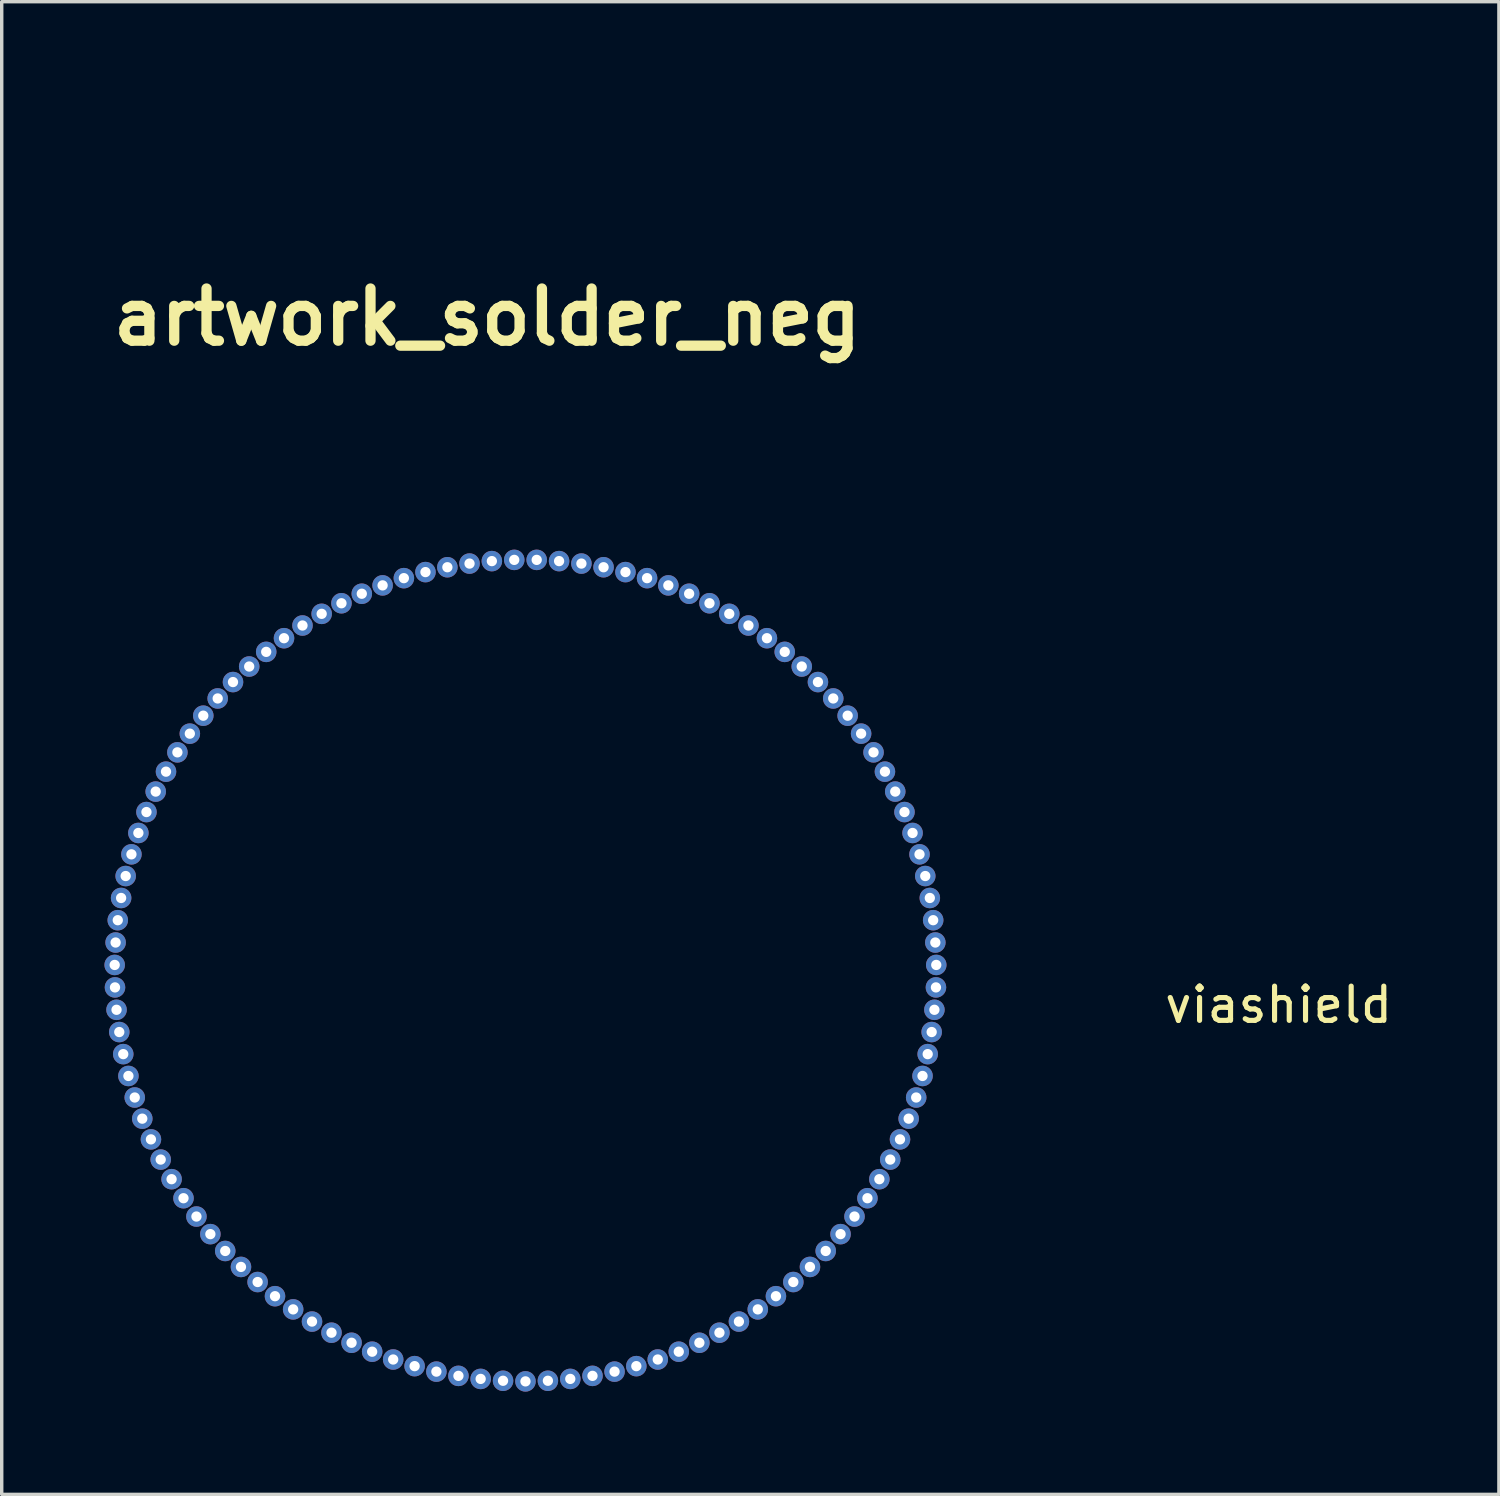
<source format=kicad_pcb>
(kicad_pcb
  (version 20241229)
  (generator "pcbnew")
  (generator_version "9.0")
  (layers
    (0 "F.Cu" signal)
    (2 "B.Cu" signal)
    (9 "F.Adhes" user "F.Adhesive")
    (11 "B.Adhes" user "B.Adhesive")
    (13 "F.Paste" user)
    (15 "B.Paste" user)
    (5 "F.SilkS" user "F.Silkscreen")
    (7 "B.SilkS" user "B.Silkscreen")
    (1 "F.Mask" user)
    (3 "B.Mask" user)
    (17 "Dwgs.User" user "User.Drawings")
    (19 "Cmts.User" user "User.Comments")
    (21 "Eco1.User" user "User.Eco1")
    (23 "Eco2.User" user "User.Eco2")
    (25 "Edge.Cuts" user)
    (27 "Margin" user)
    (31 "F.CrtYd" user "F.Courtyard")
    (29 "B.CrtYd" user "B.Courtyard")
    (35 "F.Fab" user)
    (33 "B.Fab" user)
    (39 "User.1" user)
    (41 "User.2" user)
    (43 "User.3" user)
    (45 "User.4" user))
  (footprint "artwork_solder_neg"
    (layer "F.Cu")
    (at 11.183 6.212)
    (property "Reference" "artwork_solder_neg" (at 0 0 0) (layer "F.SilkS") (effects (font (size 1.524 1.524) (thickness 0.3))))
    (attr through_hole)
    (fp_poly (pts (xy 5.863 -5.173) (xy 4.081 -3.925) (xy 3.835 -3.753) (xy 3.599 -3.588) (xy 3.375 -3.432) (xy 3.165 -3.285) (xy 2.971 -3.151) (xy 2.797 -3.03) (xy 2.644 -2.923) (xy 2.514 -2.834) (xy 2.41 -2.763) (xy 2.334 -2.711) (xy 2.289 -2.681) (xy 2.277 -2.674) (xy 2.253 -2.684) (xy 2.201 -2.716) (xy 2.126 -2.765) (xy 2.033 -2.828) (xy 1.929 -2.901) (xy 1.916 -2.91) (xy 1.812 -2.985) (xy 1.72 -3.052) (xy 1.645 -3.108) (xy 1.594 -3.148) (xy 1.572 -3.169) (xy 1.572 -3.17) (xy 1.588 -3.184) (xy 1.636 -3.222) (xy 1.716 -3.28) (xy 1.823 -3.358) (xy 1.957 -3.455) (xy 2.115 -3.568) (xy 2.295 -3.696) (xy 2.495 -3.838) (xy 2.713 -3.992) (xy 2.946 -4.156) (xy 3.193 -4.33) (xy 3.452 -4.512) (xy 3.645 -4.647) (xy 3.912 -4.834) (xy 4.17 -5.015) (xy 4.418 -5.188) (xy 4.652 -5.352) (xy 4.87 -5.506) (xy 5.071 -5.646) (xy 5.252 -5.773) (xy 5.411 -5.885) (xy 5.545 -5.979) (xy 5.653 -6.055) (xy 5.732 -6.111) (xy 5.78 -6.145) (xy 5.794 -6.155) (xy 5.863 -6.207) (xy 5.863 -5.173)) (stroke (width 0.01) (type solid)) (fill yes) (layer "F.Mask"))
    (fp_poly (pts (xy -5.129 -6.165) (xy -5.077 -6.129) (xy -4.992 -6.07) (xy -4.877 -5.99) (xy -4.732 -5.888) (xy -4.558 -5.767) (xy -4.356 -5.626) (xy -4.128 -5.467) (xy -3.875 -5.29) (xy -3.598 -5.096) (xy -3.298 -4.886) (xy -2.976 -4.661) (xy -2.634 -4.422) (xy -2.273 -4.17) (xy -1.894 -3.904) (xy -1.498 -3.627) (xy -1.086 -3.339) (xy -0.66 -3.04) (xy -0.22 -2.733) (xy 0.232 -2.416) (xy 0.695 -2.092) (xy 1.167 -1.762) (xy 1.552 -1.492) (xy 8.232 3.186) (xy 7.932 3.487) (xy 7.84 3.579) (xy 7.758 3.659) (xy 7.692 3.723) (xy 7.645 3.767) (xy 7.622 3.787) (xy 7.62 3.787) (xy 7.602 3.775) (xy 7.551 3.739) (xy 7.467 3.681) (xy 7.353 3.601) (xy 7.208 3.5) (xy 7.035 3.379) (xy 6.835 3.239) (xy 6.608 3.081) (xy 6.356 2.905) (xy 6.081 2.712) (xy 5.783 2.504) (xy 5.464 2.28) (xy 5.124 2.043) (xy 4.766 1.792) (xy 4.39 1.528) (xy 3.998 1.254) (xy 3.59 0.968) (xy 3.168 0.673) (xy 2.734 0.368) (xy 2.287 0.055) (xy 1.831 -0.265) (xy 1.365 -0.591) (xy 1.228 -0.687) (xy -5.154 -5.159) (xy -5.16 -5.672) (xy -5.161 -5.814) (xy -5.16 -5.94) (xy -5.158 -6.045) (xy -5.155 -6.123) (xy -5.151 -6.168) (xy -5.147 -6.177) (xy -5.129 -6.165)) (stroke (width 0.01) (type solid)) (fill yes) (layer "F.Mask"))
    (fp_poly (pts (xy -0.514 -1.712) (xy -0.464 -1.685) (xy -0.392 -1.641) (xy -0.305 -1.585) (xy -0.21 -1.522) (xy -0.113 -1.455) (xy -0.019 -1.388) (xy 0.064 -1.327) (xy 0.132 -1.275) (xy 0.176 -1.236) (xy 0.191 -1.216) (xy 0.191 -1.215) (xy 0.173 -1.201) (xy 0.122 -1.163) (xy 0.041 -1.105) (xy -0.067 -1.028) (xy -0.201 -0.933) (xy -0.358 -0.821) (xy -0.535 -0.696) (xy -0.731 -0.557) (xy -0.943 -0.408) (xy -1.169 -0.249) (xy -1.406 -0.083) (xy -1.566 0.029) (xy -2.12 0.418) (xy -2.646 0.787) (xy -3.142 1.135) (xy -3.61 1.463) (xy -4.048 1.77) (xy -4.456 2.056) (xy -4.833 2.321) (xy -5.18 2.564) (xy -5.496 2.785) (xy -5.781 2.985) (xy -6.033 3.162) (xy -6.254 3.316) (xy -6.442 3.448) (xy -6.597 3.556) (xy -6.719 3.641) (xy -6.807 3.702) (xy -6.861 3.74) (xy -6.88 3.753) (xy -6.934 3.788) (xy -7.236 3.485) (xy -7.538 3.183) (xy -4.049 0.741) (xy -3.704 0.499) (xy -3.367 0.264) (xy -3.042 0.036) (xy -2.729 -0.183) (xy -2.43 -0.393) (xy -2.146 -0.591) (xy -1.88 -0.777) (xy -1.633 -0.95) (xy -1.407 -1.108) (xy -1.203 -1.251) (xy -1.024 -1.377) (xy -0.869 -1.485) (xy -0.743 -1.574) (xy -0.645 -1.643) (xy -0.577 -1.69) (xy -0.542 -1.715) (xy -0.538 -1.718) (xy -0.514 -1.712)) (stroke (width 0.01) (type solid)) (fill yes) (layer "F.Mask")))
  (footprint "viashield"
    (layer "F.Cu")
    (at 12.299 25.3)
    (property "Reference" "viashield" (at 22 1 0) (layer "F.SilkS") (effects (font (size 1 1) (thickness 0.15))))
    (attr through_hole)
    (pad "1" thru_hole circle (at -11.999 -0.164) (size 0.6 0.6) (drill 0.3) (layers "*.Cu" "B.Mask"))
    (pad "1" thru_hole circle (at -11.99 0.492) (size 0.6 0.6) (drill 0.3) (layers "*.Cu" "B.Mask"))
    (pad "1" thru_hole circle (at -11.972 -0.819) (size 0.6 0.6) (drill 0.3) (layers "*.Cu" "B.Mask"))
    (pad "1" thru_hole circle (at -11.945 1.146) (size 0.6 0.6) (drill 0.3) (layers "*.Cu" "B.Mask"))
    (pad "1" thru_hole circle (at -11.909 -1.471) (size 0.6 0.6) (drill 0.3) (layers "*.Cu" "B.Mask"))
    (pad "1" thru_hole circle (at -11.865 1.796) (size 0.6 0.6) (drill 0.3) (layers "*.Cu" "B.Mask"))
    (pad "1" thru_hole circle (at -11.811 -2.12) (size 0.6 0.6) (drill 0.3) (layers "*.Cu" "B.Mask"))
    (pad "1" thru_hole circle (at -11.749 2.441) (size 0.6 0.6) (drill 0.3) (layers "*.Cu" "B.Mask"))
    (pad "1" thru_hole circle (at -11.678 -2.761) (size 0.6 0.6) (drill 0.3) (layers "*.Cu" "B.Mask"))
    (pad "1" thru_hole circle (at -11.598 3.079) (size 0.6 0.6) (drill 0.3) (layers "*.Cu" "B.Mask"))
    (pad "1" thru_hole circle (at -11.51 -3.395) (size 0.6 0.6) (drill 0.3) (layers "*.Cu" "B.Mask"))
    (pad "1" thru_hole circle (at -11.413 3.708) (size 0.6 0.6) (drill 0.3) (layers "*.Cu" "B.Mask"))
    (pad "1" thru_hole circle (at -11.307 -4.019) (size 0.6 0.6) (drill 0.3) (layers "*.Cu" "B.Mask"))
    (pad "1" thru_hole circle (at -11.193 4.326) (size 0.6 0.6) (drill 0.3) (layers "*.Cu" "B.Mask"))
    (pad "1" thru_hole circle (at -11.071 -4.63) (size 0.6 0.6) (drill 0.3) (layers "*.Cu" "B.Mask"))
    (pad "1" thru_hole circle (at -10.94 4.931) (size 0.6 0.6) (drill 0.3) (layers "*.Cu" "B.Mask"))
    (pad "1" thru_hole circle (at -10.801 -5.228) (size 0.6 0.6) (drill 0.3) (layers "*.Cu" "B.Mask"))
    (pad "1" thru_hole circle (at -10.655 5.521) (size 0.6 0.6) (drill 0.3) (layers "*.Cu" "B.Mask"))
    (pad "1" thru_hole circle (at -10.5 -5.81) (size 0.6 0.6) (drill 0.3) (layers "*.Cu" "B.Mask"))
    (pad "1" thru_hole circle (at -10.337 6.094) (size 0.6 0.6) (drill 0.3) (layers "*.Cu" "B.Mask"))
    (pad "1" thru_hole circle (at -10.167 -6.374) (size 0.6 0.6) (drill 0.3) (layers "*.Cu" "B.Mask"))
    (pad "1" thru_hole circle (at -9.989 6.65) (size 0.6 0.6) (drill 0.3) (layers "*.Cu" "B.Mask"))
    (pad "1" thru_hole circle (at -9.804 -6.92) (size 0.6 0.6) (drill 0.3) (layers "*.Cu" "B.Mask"))
    (pad "1" thru_hole circle (at -9.611 7.185) (size 0.6 0.6) (drill 0.3) (layers "*.Cu" "B.Mask"))
    (pad "1" thru_hole circle (at -9.411 -7.445) (size 0.6 0.6) (drill 0.3) (layers "*.Cu" "B.Mask"))
    (pad "1" thru_hole circle (at -9.204 7.699) (size 0.6 0.6) (drill 0.3) (layers "*.Cu" "B.Mask"))
    (pad "1" thru_hole circle (at -8.99 -7.948) (size 0.6 0.6) (drill 0.3) (layers "*.Cu" "B.Mask"))
    (pad "1" thru_hole circle (at -8.77 8.191) (size 0.6 0.6) (drill 0.3) (layers "*.Cu" "B.Mask"))
    (pad "1" thru_hole circle (at -8.543 -8.427) (size 0.6 0.6) (drill 0.3) (layers "*.Cu" "B.Mask"))
    (pad "1" thru_hole circle (at -8.31 8.657) (size 0.6 0.6) (drill 0.3) (layers "*.Cu" "B.Mask"))
    (pad "1" thru_hole circle (at -8.07 -8.881) (size 0.6 0.6) (drill 0.3) (layers "*.Cu" "B.Mask"))
    (pad "1" thru_hole circle (at -7.824 9.098) (size 0.6 0.6) (drill 0.3) (layers "*.Cu" "B.Mask"))
    (pad "1" thru_hole circle (at -7.573 -9.309) (size 0.6 0.6) (drill 0.3) (layers "*.Cu" "B.Mask"))
    (pad "1" thru_hole circle (at -7.316 9.512) (size 0.6 0.6) (drill 0.3) (layers "*.Cu" "B.Mask"))
    (pad "1" thru_hole circle (at -7.053 -9.708) (size 0.6 0.6) (drill 0.3) (layers "*.Cu" "B.Mask"))
    (pad "1" thru_hole circle (at -6.786 9.897) (size 0.6 0.6) (drill 0.3) (layers "*.Cu" "B.Mask"))
    (pad "1" thru_hole circle (at -6.513 -10.079) (size 0.6 0.6) (drill 0.3) (layers "*.Cu" "B.Mask"))
    (pad "1" thru_hole circle (at -6.235 10.253) (size 0.6 0.6) (drill 0.3) (layers "*.Cu" "B.Mask"))
    (pad "1" thru_hole circle (at -5.953 -10.42) (size 0.6 0.6) (drill 0.3) (layers "*.Cu" "B.Mask"))
    (pad "1" thru_hole circle (at -5.666 10.578) (size 0.6 0.6) (drill 0.3) (layers "*.Cu" "B.Mask"))
    (pad "1" thru_hole circle (at -5.375 -10.729) (size 0.6 0.6) (drill 0.3) (layers "*.Cu" "B.Mask"))
    (pad "1" thru_hole circle (at -5.08 10.872) (size 0.6 0.6) (drill 0.3) (layers "*.Cu" "B.Mask"))
    (pad "1" thru_hole circle (at -4.781 -11.007) (size 0.6 0.6) (drill 0.3) (layers "*.Cu" "B.Mask"))
    (pad "1" thru_hole circle (at -4.478 11.133) (size 0.6 0.6) (drill 0.3) (layers "*.Cu" "B.Mask"))
    (pad "1" thru_hole circle (at -4.173 -11.251) (size 0.6 0.6) (drill 0.3) (layers "*.Cu" "B.Mask"))
    (pad "1" thru_hole circle (at -3.864 11.361) (size 0.6 0.6) (drill 0.3) (layers "*.Cu" "B.Mask"))
    (pad "1" thru_hole circle (at -3.552 -11.462) (size 0.6 0.6) (drill 0.3) (layers "*.Cu" "B.Mask"))
    (pad "1" thru_hole circle (at -3.238 11.555) (size 0.6 0.6) (drill 0.3) (layers "*.Cu" "B.Mask"))
    (pad "1" thru_hole circle (at -2.921 -11.639) (size 0.6 0.6) (drill 0.3) (layers "*.Cu" "B.Mask"))
    (pad "1" thru_hole circle (at -2.602 11.715) (size 0.6 0.6) (drill 0.3) (layers "*.Cu" "B.Mask"))
    (pad "1" thru_hole circle (at -2.281 -11.781) (size 0.6 0.6) (drill 0.3) (layers "*.Cu" "B.Mask"))
    (pad "1" thru_hole circle (at -1.958 11.839) (size 0.6 0.6) (drill 0.3) (layers "*.Cu" "B.Mask"))
    (pad "1" thru_hole circle (at -1.634 -11.888) (size 0.6 0.6) (drill 0.3) (layers "*.Cu" "B.Mask"))
    (pad "1" thru_hole circle (at -1.309 11.928) (size 0.6 0.6) (drill 0.3) (layers "*.Cu" "B.Mask"))
    (pad "1" thru_hole circle (at -0.982 -11.96) (size 0.6 0.6) (drill 0.3) (layers "*.Cu" "B.Mask"))
    (pad "1" thru_hole circle (at -0.655 11.982) (size 0.6 0.6) (drill 0.3) (layers "*.Cu" "B.Mask"))
    (pad "1" thru_hole circle (at -0.328 -11.996) (size 0.6 0.6) (drill 0.3) (layers "*.Cu" "B.Mask"))
    (pad "1" thru_hole circle (at 0 12) (size 0.6 0.6) (drill 0.3) (layers "*.Cu" "B.Mask"))
    (pad "1" thru_hole circle (at 0.328 -11.996) (size 0.6 0.6) (drill 0.3) (layers "*.Cu" "B.Mask"))
    (pad "1" thru_hole circle (at 0.655 11.982) (size 0.6 0.6) (drill 0.3) (layers "*.Cu" "B.Mask"))
    (pad "1" thru_hole circle (at 0.982 -11.96) (size 0.6 0.6) (drill 0.3) (layers "*.Cu" "B.Mask"))
    (pad "1" thru_hole circle (at 1.309 11.928) (size 0.6 0.6) (drill 0.3) (layers "*.Cu" "B.Mask"))
    (pad "1" thru_hole circle (at 1.634 -11.888) (size 0.6 0.6) (drill 0.3) (layers "*.Cu" "B.Mask"))
    (pad "1" thru_hole circle (at 1.958 11.839) (size 0.6 0.6) (drill 0.3) (layers "*.Cu" "B.Mask"))
    (pad "1" thru_hole circle (at 2.281 -11.781) (size 0.6 0.6) (drill 0.3) (layers "*.Cu" "B.Mask"))
    (pad "1" thru_hole circle (at 2.602 11.715) (size 0.6 0.6) (drill 0.3) (layers "*.Cu" "B.Mask"))
    (pad "1" thru_hole circle (at 2.921 -11.639) (size 0.6 0.6) (drill 0.3) (layers "*.Cu" "B.Mask"))
    (pad "1" thru_hole circle (at 3.238 11.555) (size 0.6 0.6) (drill 0.3) (layers "*.Cu" "B.Mask"))
    (pad "1" thru_hole circle (at 3.552 -11.462) (size 0.6 0.6) (drill 0.3) (layers "*.Cu" "B.Mask"))
    (pad "1" thru_hole circle (at 3.864 11.361) (size 0.6 0.6) (drill 0.3) (layers "*.Cu" "B.Mask"))
    (pad "1" thru_hole circle (at 4.173 -11.251) (size 0.6 0.6) (drill 0.3) (layers "*.Cu" "B.Mask"))
    (pad "1" thru_hole circle (at 4.478 11.133) (size 0.6 0.6) (drill 0.3) (layers "*.Cu" "B.Mask"))
    (pad "1" thru_hole circle (at 4.781 -11.007) (size 0.6 0.6) (drill 0.3) (layers "*.Cu" "B.Mask"))
    (pad "1" thru_hole circle (at 5.08 10.872) (size 0.6 0.6) (drill 0.3) (layers "*.Cu" "B.Mask"))
    (pad "1" thru_hole circle (at 5.375 -10.729) (size 0.6 0.6) (drill 0.3) (layers "*.Cu" "B.Mask"))
    (pad "1" thru_hole circle (at 5.666 10.578) (size 0.6 0.6) (drill 0.3) (layers "*.Cu" "B.Mask"))
    (pad "1" thru_hole circle (at 5.953 -10.42) (size 0.6 0.6) (drill 0.3) (layers "*.Cu" "B.Mask"))
    (pad "1" thru_hole circle (at 6.235 10.253) (size 0.6 0.6) (drill 0.3) (layers "*.Cu" "B.Mask"))
    (pad "1" thru_hole circle (at 6.513 -10.079) (size 0.6 0.6) (drill 0.3) (layers "*.Cu" "B.Mask"))
    (pad "1" thru_hole circle (at 6.786 9.897) (size 0.6 0.6) (drill 0.3) (layers "*.Cu" "B.Mask"))
    (pad "1" thru_hole circle (at 7.053 -9.708) (size 0.6 0.6) (drill 0.3) (layers "*.Cu" "B.Mask"))
    (pad "1" thru_hole circle (at 7.316 9.512) (size 0.6 0.6) (drill 0.3) (layers "*.Cu" "B.Mask"))
    (pad "1" thru_hole circle (at 7.573 -9.309) (size 0.6 0.6) (drill 0.3) (layers "*.Cu" "B.Mask"))
    (pad "1" thru_hole circle (at 7.824 9.098) (size 0.6 0.6) (drill 0.3) (layers "*.Cu" "B.Mask"))
    (pad "1" thru_hole circle (at 8.07 -8.881) (size 0.6 0.6) (drill 0.3) (layers "*.Cu" "B.Mask"))
    (pad "1" thru_hole circle (at 8.31 8.657) (size 0.6 0.6) (drill 0.3) (layers "*.Cu" "B.Mask"))
    (pad "1" thru_hole circle (at 8.543 -8.427) (size 0.6 0.6) (drill 0.3) (layers "*.Cu" "B.Mask"))
    (pad "1" thru_hole circle (at 8.77 8.191) (size 0.6 0.6) (drill 0.3) (layers "*.Cu" "B.Mask"))
    (pad "1" thru_hole circle (at 8.99 -7.948) (size 0.6 0.6) (drill 0.3) (layers "*.Cu" "B.Mask"))
    (pad "1" thru_hole circle (at 9.204 7.699) (size 0.6 0.6) (drill 0.3) (layers "*.Cu" "B.Mask"))
    (pad "1" thru_hole circle (at 9.411 -7.445) (size 0.6 0.6) (drill 0.3) (layers "*.Cu" "B.Mask"))
    (pad "1" thru_hole circle (at 9.611 7.185) (size 0.6 0.6) (drill 0.3) (layers "*.Cu" "B.Mask"))
    (pad "1" thru_hole circle (at 9.804 -6.92) (size 0.6 0.6) (drill 0.3) (layers "*.Cu" "B.Mask"))
    (pad "1" thru_hole circle (at 9.989 6.65) (size 0.6 0.6) (drill 0.3) (layers "*.Cu" "B.Mask"))
    (pad "1" thru_hole circle (at 10.167 -6.374) (size 0.6 0.6) (drill 0.3) (layers "*.Cu" "B.Mask"))
    (pad "1" thru_hole circle (at 10.337 6.094) (size 0.6 0.6) (drill 0.3) (layers "*.Cu" "B.Mask"))
    (pad "1" thru_hole circle (at 10.5 -5.81) (size 0.6 0.6) (drill 0.3) (layers "*.Cu" "B.Mask"))
    (pad "1" thru_hole circle (at 10.655 5.521) (size 0.6 0.6) (drill 0.3) (layers "*.Cu" "B.Mask"))
    (pad "1" thru_hole circle (at 10.801 -5.228) (size 0.6 0.6) (drill 0.3) (layers "*.Cu" "B.Mask"))
    (pad "1" thru_hole circle (at 10.94 4.931) (size 0.6 0.6) (drill 0.3) (layers "*.Cu" "B.Mask"))
    (pad "1" thru_hole circle (at 11.071 -4.63) (size 0.6 0.6) (drill 0.3) (layers "*.Cu" "B.Mask"))
    (pad "1" thru_hole circle (at 11.193 4.326) (size 0.6 0.6) (drill 0.3) (layers "*.Cu" "B.Mask"))
    (pad "1" thru_hole circle (at 11.307 -4.019) (size 0.6 0.6) (drill 0.3) (layers "*.Cu" "B.Mask"))
    (pad "1" thru_hole circle (at 11.413 3.708) (size 0.6 0.6) (drill 0.3) (layers "*.Cu" "B.Mask"))
    (pad "1" thru_hole circle (at 11.51 -3.395) (size 0.6 0.6) (drill 0.3) (layers "*.Cu" "B.Mask"))
    (pad "1" thru_hole circle (at 11.598 3.079) (size 0.6 0.6) (drill 0.3) (layers "*.Cu" "B.Mask"))
    (pad "1" thru_hole circle (at 11.678 -2.761) (size 0.6 0.6) (drill 0.3) (layers "*.Cu" "B.Mask"))
    (pad "1" thru_hole circle (at 11.749 2.441) (size 0.6 0.6) (drill 0.3) (layers "*.Cu" "B.Mask"))
    (pad "1" thru_hole circle (at 11.811 -2.12) (size 0.6 0.6) (drill 0.3) (layers "*.Cu" "B.Mask"))
    (pad "1" thru_hole circle (at 11.865 1.796) (size 0.6 0.6) (drill 0.3) (layers "*.Cu" "B.Mask"))
    (pad "1" thru_hole circle (at 11.909 -1.471) (size 0.6 0.6) (drill 0.3) (layers "*.Cu" "B.Mask"))
    (pad "1" thru_hole circle (at 11.945 1.146) (size 0.6 0.6) (drill 0.3) (layers "*.Cu" "B.Mask"))
    (pad "1" thru_hole circle (at 11.972 -0.819) (size 0.6 0.6) (drill 0.3) (layers "*.Cu" "B.Mask"))
    (pad "1" thru_hole circle (at 11.99 0.492) (size 0.6 0.6) (drill 0.3) (layers "*.Cu" "B.Mask"))
    (pad "1" thru_hole circle (at 11.999 -0.164) (size 0.6 0.6) (drill 0.3) (layers "*.Cu" "B.Mask")))
  (gr_rect
    (start -3 -3)
    (end 40.733 40.6)
    (stroke (width 0.1) (type default))
    (fill no)
    (layer "Edge.Cuts")))
</source>
